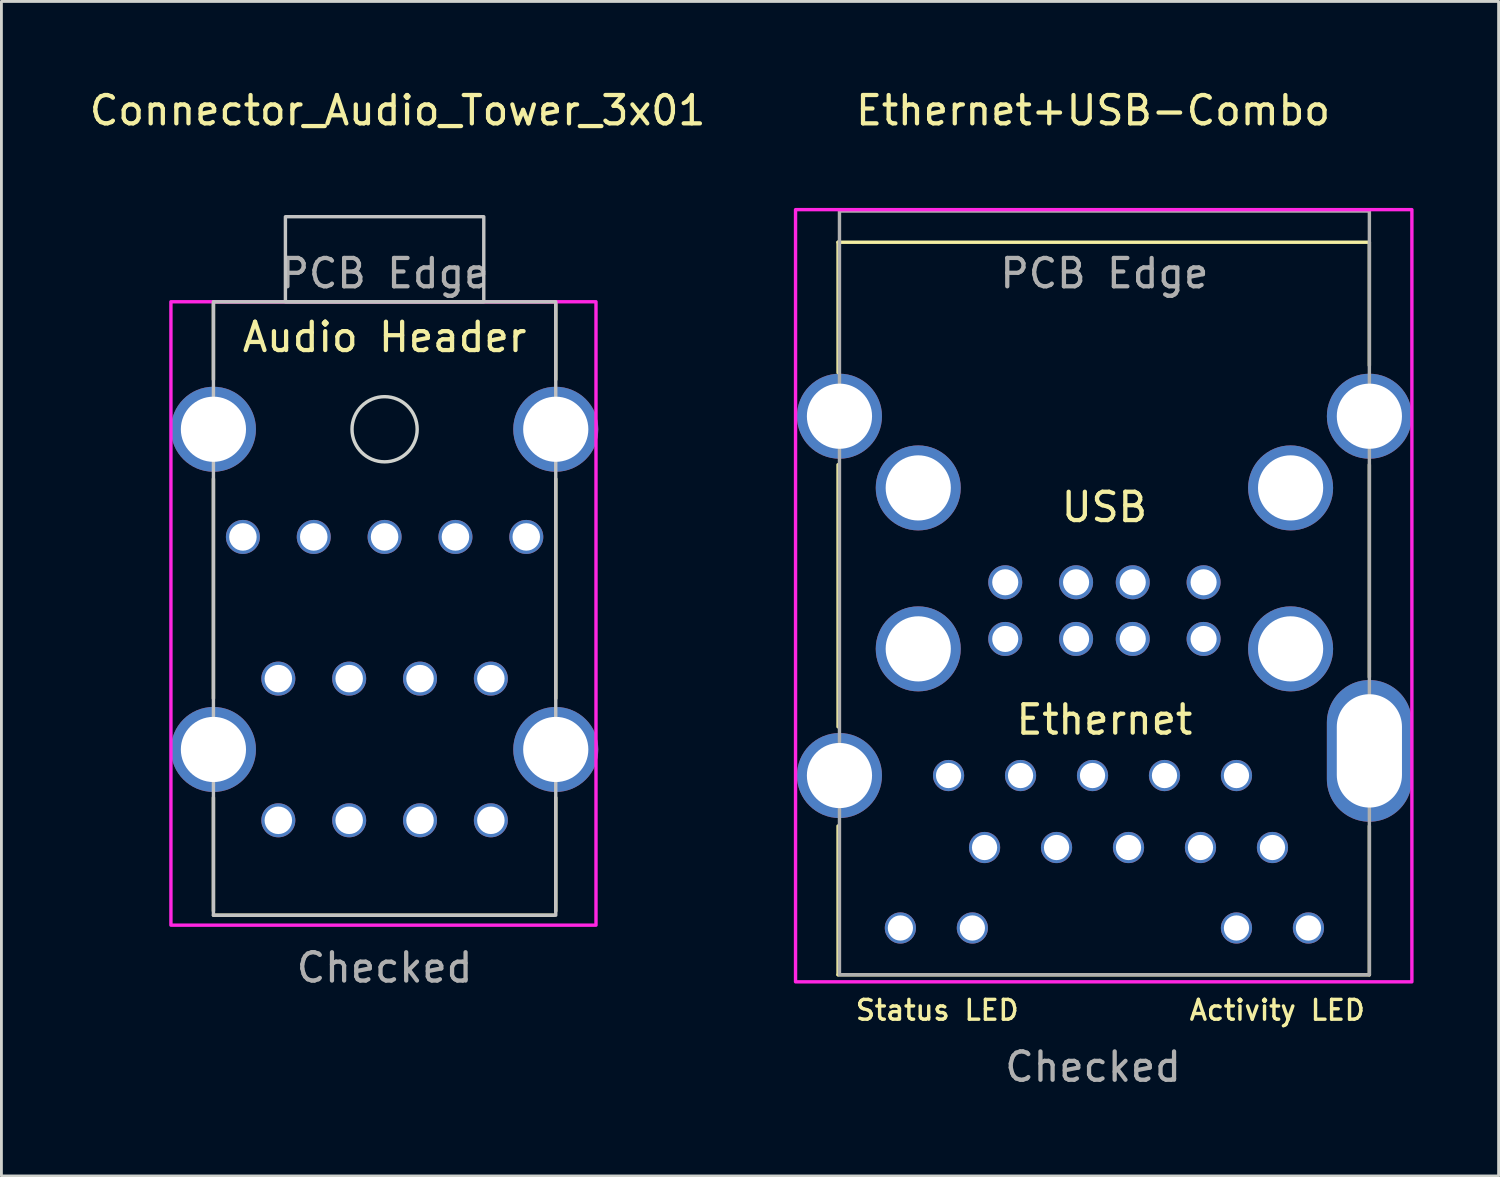
<source format=kicad_pcb>
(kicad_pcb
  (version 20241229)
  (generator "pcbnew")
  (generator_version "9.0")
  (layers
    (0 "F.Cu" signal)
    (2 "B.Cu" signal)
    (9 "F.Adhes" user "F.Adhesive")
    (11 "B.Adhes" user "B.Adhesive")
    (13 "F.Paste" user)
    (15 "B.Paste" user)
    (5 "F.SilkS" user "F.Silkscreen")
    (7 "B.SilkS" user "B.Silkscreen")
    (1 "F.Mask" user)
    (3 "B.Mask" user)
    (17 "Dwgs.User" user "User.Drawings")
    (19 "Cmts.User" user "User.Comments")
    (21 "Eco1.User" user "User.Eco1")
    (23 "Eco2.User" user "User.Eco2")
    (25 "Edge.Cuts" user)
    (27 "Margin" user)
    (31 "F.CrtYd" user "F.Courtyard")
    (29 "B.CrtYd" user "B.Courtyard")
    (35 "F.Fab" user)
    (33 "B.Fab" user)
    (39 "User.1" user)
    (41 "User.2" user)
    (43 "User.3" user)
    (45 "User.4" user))
  (footprint "Ethernet+USB-Combo"
    (layer "F.Cu")
    (at 26.774 4.348)
    (property "Reference" "Ethernet+USB-Combo" (at 8.75 -3.5 0) (unlocked yes) (layer "F.SilkS") (effects (font (size 1 1) (thickness 0.15))))
    (attr through_hole)
    (fp_line (start -0.25 1.15) (end 18.5 1.15) (stroke (width 0.12) (type solid)) (layer "F.SilkS"))
    (fp_line (start -0.25 5.75) (end -0.25 1.15) (stroke (width 0.12) (type solid)) (layer "F.SilkS"))
    (fp_line (start -0.25 18.25) (end -0.25 9) (stroke (width 0.12) (type solid)) (layer "F.SilkS"))
    (fp_line (start -0.25 27) (end -0.25 21.75) (stroke (width 0.12) (type solid)) (layer "F.SilkS"))
    (fp_line (start 18.5 1.15) (end 18.5 5.5) (stroke (width 0.12) (type solid)) (layer "F.SilkS"))
    (fp_line (start 18.5 9) (end 18.5 16.5) (stroke (width 0.12) (type solid)) (layer "F.SilkS"))
    (fp_line (start 18.5 21.75) (end 18.5 27) (stroke (width 0.12) (type solid)) (layer "F.SilkS"))
    (fp_line (start 18.5 27) (end -0.25 27) (stroke (width 0.12) (type solid)) (layer "F.SilkS"))
    (fp_rect (start -1.75 0) (end 20 27.25) (stroke (width 0.12) (type solid)) (fill no) (layer "F.CrtYd"))
    (fp_rect (start 18.5 27) (end -0.2 0.05) (stroke (width 0.12) (type solid)) (fill no) (layer "F.Fab"))
    (fp_text user "USB" (at 9.15 10.5 0) (unlocked yes) (layer "F.SilkS") (effects (font (size 1 1) (thickness 0.15))))
    (fp_text user "Ethernet" (at 9.15 18 0) (unlocked yes) (layer "F.SilkS") (effects (font (size 1 1) (thickness 0.15))))
    (fp_text user "Status LED" (at 3.25 28.25 0) (unlocked yes) (layer "F.SilkS") (effects (font (size 0.7 0.7) (thickness 0.12))))
    (fp_text user "Activity LED" (at 15.25 28.25 0) (unlocked yes) (layer "F.SilkS") (effects (font (size 0.7 0.7) (thickness 0.12))))
    (fp_text user "Checked" (at 8.75 30.25 0) (layer "F.Fab") (effects (font (size 1 1) (thickness 0.15))))
    (fp_text user "PCB Edge" (at 9.15 2.25 0) (unlocked yes) (layer "F.Fab") (effects (font (size 1 1) (thickness 0.15))))
    (pad "1" thru_hole circle (at 12.65 13.15 180) (size 1.2 1.2) (drill 0.92) (layers "*.Cu" "*.Mask"))
    (pad "2" thru_hole circle (at 10.15 13.15 180) (size 1.2 1.2) (drill 0.92) (layers "*.Cu" "*.Mask"))
    (pad "3" thru_hole circle (at 8.15 13.15 180) (size 1.2 1.2) (drill 0.92) (layers "*.Cu" "*.Mask"))
    (pad "4" thru_hole circle (at 5.65 13.15 180) (size 1.2 1.2) (drill 0.92) (layers "*.Cu" "*.Mask"))
    (pad "5" thru_hole circle (at 12.65 15.15 180) (size 1.2 1.2) (drill 0.92) (layers "*.Cu" "*.Mask"))
    (pad "6" thru_hole circle (at 10.15 15.15 180) (size 1.2 1.2) (drill 0.92) (layers "*.Cu" "*.Mask"))
    (pad "7" thru_hole circle (at 8.15 15.15 180) (size 1.2 1.2) (drill 0.92) (layers "*.Cu" "*.Mask"))
    (pad "8" thru_hole circle (at 5.65 15.15 180) (size 1.2 1.2) (drill 0.92) (layers "*.Cu" "*.Mask"))
    (pad "9" thru_hole circle (at 3.65 19.97 180) (size 1.1 1.1) (drill 0.89) (layers "*.Cu" "*.Mask"))
    (pad "10" thru_hole circle (at 4.92 22.51 180) (size 1.1 1.1) (drill 0.89) (layers "*.Cu" "*.Mask"))
    (pad "11" thru_hole circle (at 6.19 19.97 180) (size 1.1 1.1) (drill 0.89) (layers "*.Cu" "*.Mask"))
    (pad "12" thru_hole circle (at 7.46 22.51 180) (size 1.1 1.1) (drill 0.89) (layers "*.Cu" "*.Mask"))
    (pad "13" thru_hole circle (at 8.73 19.97 180) (size 1.1 1.1) (drill 0.89) (layers "*.Cu" "*.Mask"))
    (pad "14" thru_hole circle (at 10 22.51 180) (size 1.1 1.1) (drill 0.89) (layers "*.Cu" "*.Mask"))
    (pad "15" thru_hole circle (at 11.27 19.97 180) (size 1.1 1.1) (drill 0.89) (layers "*.Cu" "*.Mask"))
    (pad "16" thru_hole circle (at 12.54 22.51 180) (size 1.1 1.1) (drill 0.89) (layers "*.Cu" "*.Mask"))
    (pad "17" thru_hole circle (at 13.81 19.97 180) (size 1.1 1.1) (drill 0.89) (layers "*.Cu" "*.Mask"))
    (pad "18" thru_hole circle (at 15.08 22.51 180) (size 1.1 1.1) (drill 0.89) (layers "*.Cu" "*.Mask"))
    (pad "19" thru_hole circle (at 16.35 25.35 180) (size 1.1 1.1) (drill 0.89) (layers "*.Cu" "*.Mask"))
    (pad "20" thru_hole circle (at 13.81 25.35 180) (size 1.1 1.1) (drill 0.89) (layers "*.Cu" "*.Mask"))
    (pad "21" thru_hole circle (at 4.49 25.35 180) (size 1.1 1.1) (drill 0.89) (layers "*.Cu" "*.Mask"))
    (pad "22" thru_hole circle (at 1.95 25.35 180) (size 1.1 1.1) (drill 0.89) (layers "*.Cu" "*.Mask"))
    (pad "23" thru_hole circle (at -0.2 7.29 180) (size 3 3) (drill 2.3) (layers "*.Cu" "*.Mask"))
    (pad "23" thru_hole circle (at -0.2 19.97 180) (size 3 3) (drill 2.3) (layers "*.Cu" "*.Mask"))
    (pad "23" thru_hole circle (at 2.58 9.82 180) (size 3 3) (drill 2.3) (layers "*.Cu" "*.Mask"))
    (pad "23" thru_hole circle (at 2.58 15.5 180) (size 3 3) (drill 2.3) (layers "*.Cu" "*.Mask"))
    (pad "23" thru_hole circle (at 15.72 9.82 180) (size 3 3) (drill 2.3) (layers "*.Cu" "*.Mask"))
    (pad "23" thru_hole circle (at 15.72 15.5 180) (size 3 3) (drill 2.3) (layers "*.Cu" "*.Mask"))
    (pad "23" thru_hole circle (at 18.5 7.29 180) (size 3 3) (drill 2.3) (layers "*.Cu" "*.Mask"))
    (pad "23" thru_hole oval (at 18.5 19.1 180) (size 3 5) (drill oval 2.3 4) (layers "*.Cu" "*.Mask")))
  (footprint "Connector_Audio_Tower_3x01"
    (layer "F.Cu")
    (at 4.482 7.598)
    (property "Reference" "Connector_Audio_Tower_3x01" (at 6.5 -6.75 0) (unlocked yes) (layer "F.SilkS") (effects (font (size 1 1) (thickness 0.15))))
    (attr through_hole)
    (fp_line (start 0 0) (end 0 2.75) (stroke (width 0.12) (type solid)) (layer "F.SilkS"))
    (fp_line (start 0 6.25) (end 0 14) (stroke (width 0.12) (type solid)) (layer "F.SilkS"))
    (fp_line (start 0 17.5) (end 0 21.5) (stroke (width 0.12) (type solid)) (layer "F.SilkS"))
    (fp_line (start 0 21.65) (end 12 21.65) (stroke (width 0.12) (type solid)) (layer "F.SilkS"))
    (fp_line (start 12.08 0) (end 0 0) (stroke (width 0.12) (type solid)) (layer "F.SilkS"))
    (fp_line (start 12.08 0) (end 12.08 2.75) (stroke (width 0.12) (type solid)) (layer "F.SilkS"))
    (fp_line (start 12.08 6.25) (end 12.08 14) (stroke (width 0.12) (type solid)) (layer "F.SilkS"))
    (fp_line (start 12.08 17.5) (end 12.08 21.5) (stroke (width 0.12) (type solid)) (layer "F.SilkS"))
    (fp_rect (start 0 0) (end 12.08 21.65) (stroke (width 0.12) (type solid)) (fill no) (layer "Dwgs.User"))
    (fp_rect (start 2.54 0) (end 9.54 -3) (stroke (width 0.12) (type solid)) (fill no) (layer "Dwgs.User"))
    (fp_circle (center 6.04 4.5) (end 7.19 4.5) (stroke (width 0.12) (type solid)) (fill no) (layer "Edge.Cuts"))
    (fp_rect (start -1.5 0) (end 13.5 22) (stroke (width 0.12) (type solid)) (fill no) (layer "F.CrtYd"))
    (fp_text user "Audio Header" (at 6.04 1.25 0) (unlocked yes) (layer "F.SilkS") (effects (font (size 1 1) (thickness 0.15))))
    (fp_text user "Checked" (at 6.04 23.5 0) (layer "F.Fab") (effects (font (size 1 1) (thickness 0.15))))
    (fp_text user "PCB Edge" (at 6.04 -1 0) (unlocked yes) (layer "F.Fab") (effects (font (size 1 1) (thickness 0.15))))
    (pad "1" thru_hole circle (at 6.04 8.3) (size 1.2 1.2) (drill 0.97) (layers "*.Cu" "*.Mask"))
    (pad "2" thru_hole circle (at 1.04 8.3) (size 1.2 1.2) (drill 0.97) (layers "*.Cu" "*.Mask"))
    (pad "3" thru_hole circle (at 3.54 8.3) (size 1.2 1.2) (drill 0.97) (layers "*.Cu" "*.Mask"))
    (pad "4" thru_hole circle (at 8.54 8.3) (size 1.2 1.2) (drill 0.97) (layers "*.Cu" "*.Mask"))
    (pad "5" thru_hole circle (at 11.04 8.3) (size 1.2 1.2) (drill 0.97) (layers "*.Cu" "*.Mask"))
    (pad "6" thru_hole circle (at 0 4.5) (size 3 3) (drill 2.3) (layers "*.Cu" "*.Mask"))
    (pad "6" thru_hole circle (at 0 15.8) (size 3 3) (drill 2.3) (layers "*.Cu" "*.Mask"))
    (pad "6" thru_hole circle (at 12.08 4.5) (size 3 3) (drill 2.3) (layers "*.Cu" "*.Mask"))
    (pad "6" thru_hole circle (at 12.08 15.8) (size 3 3) (drill 2.3) (layers "*.Cu" "*.Mask"))
    (pad "22" thru_hole circle (at 2.29 13.3) (size 1.2 1.2) (drill 0.97) (layers "*.Cu" "*.Mask"))
    (pad "23" thru_hole circle (at 4.79 13.3) (size 1.2 1.2) (drill 0.97) (layers "*.Cu" "*.Mask"))
    (pad "24" thru_hole circle (at 7.29 13.3) (size 1.2 1.2) (drill 0.97) (layers "*.Cu" "*.Mask"))
    (pad "25" thru_hole circle (at 9.79 13.3) (size 1.2 1.2) (drill 0.97) (layers "*.Cu" "*.Mask"))
    (pad "32" thru_hole circle (at 2.29 18.3) (size 1.2 1.2) (drill 0.97) (layers "*.Cu" "*.Mask"))
    (pad "33" thru_hole circle (at 4.79 18.3) (size 1.2 1.2) (drill 0.97) (layers "*.Cu" "*.Mask"))
    (pad "34" thru_hole circle (at 7.29 18.3) (size 1.2 1.2) (drill 0.97) (layers "*.Cu" "*.Mask"))
    (pad "35" thru_hole circle (at 9.79 18.3) (size 1.2 1.2) (drill 0.97) (layers "*.Cu" "*.Mask")))
  (gr_rect
    (start -3 -3)
    (end 49.834 38.447)
    (stroke (width 0.1) (type default))
    (fill no)
    (layer "Edge.Cuts")))
</source>
